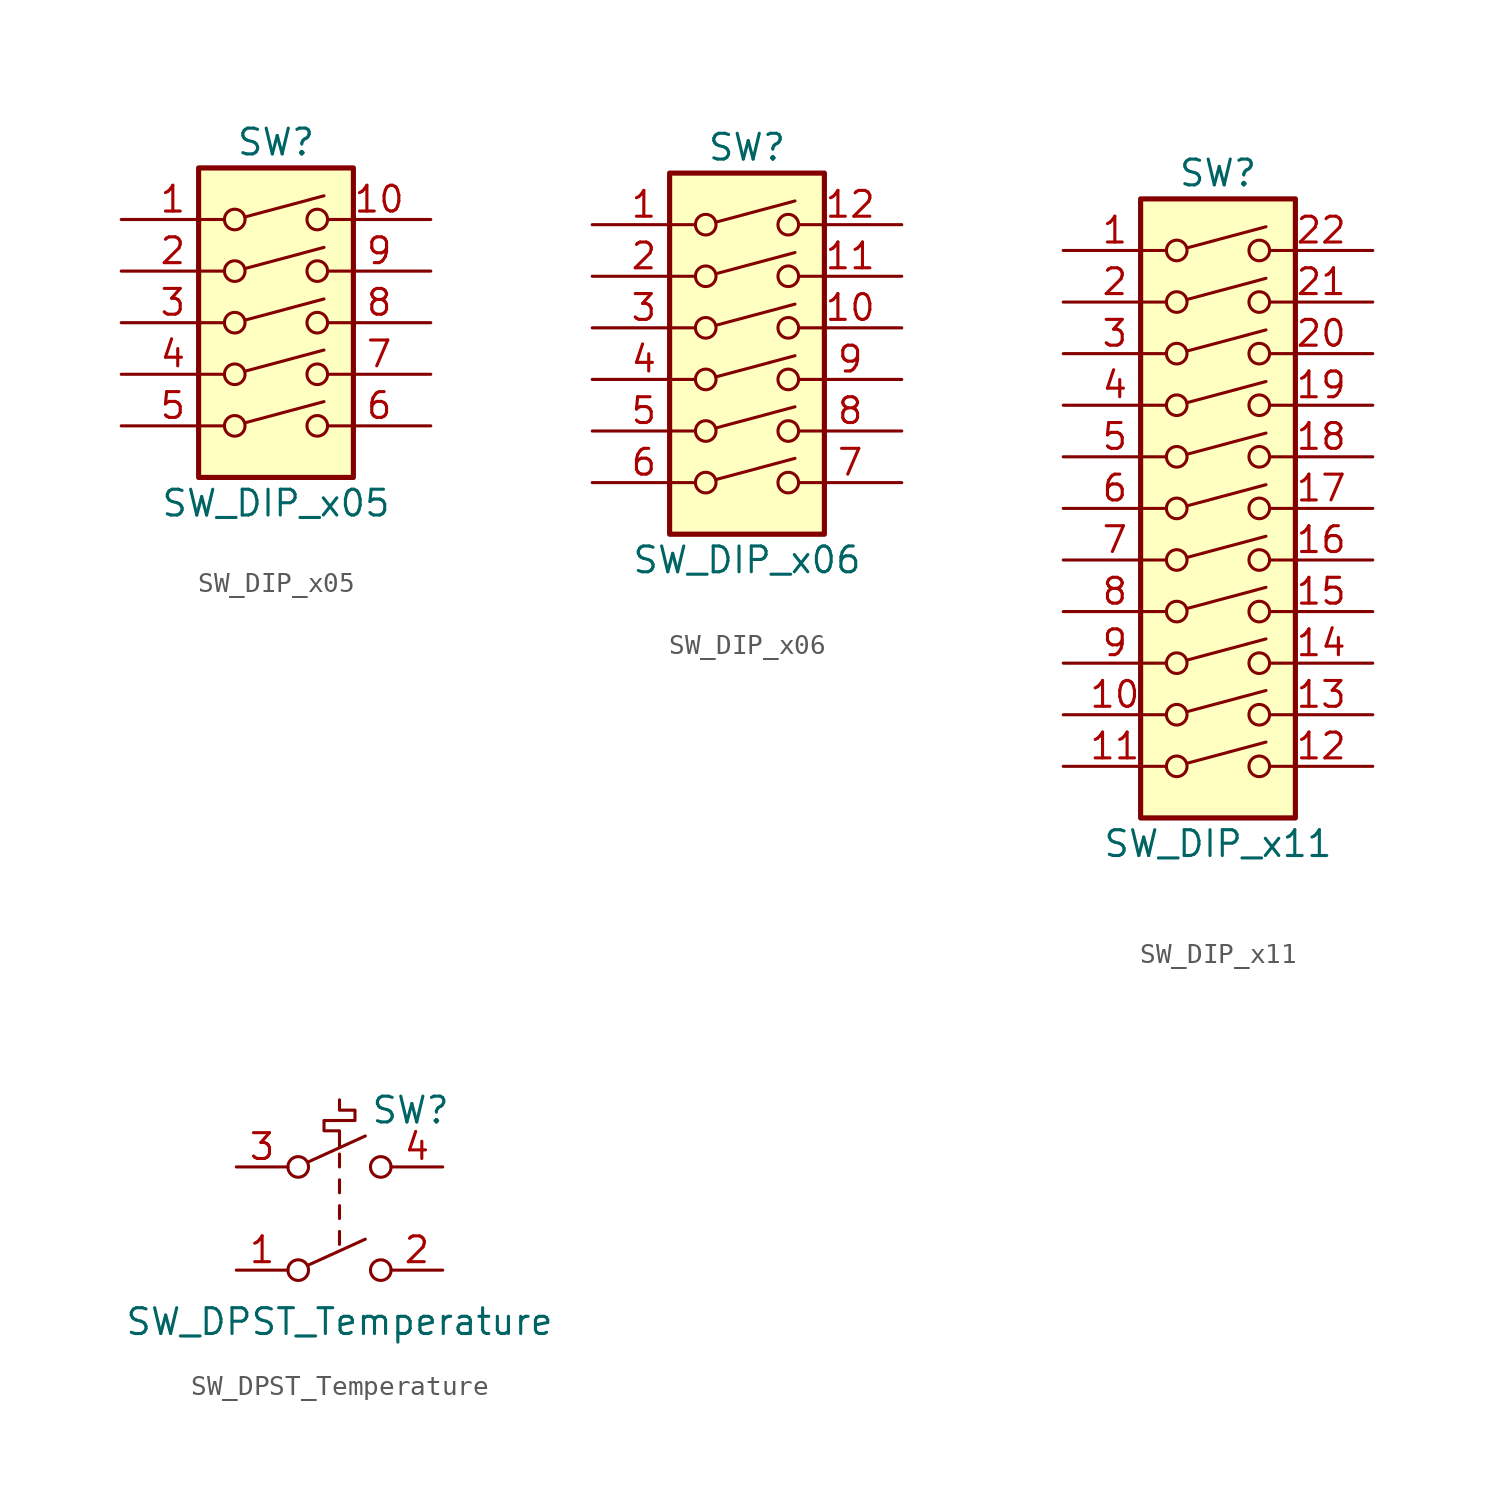
<source format=kicad_sym>
(kicad_symbol_lib
  (version 20220914)
  (generator kicad_symbol_editor)
  (symbol "SW_DIP_x05"
    (pin_names
      (offset 0) hide)
    (property "Reference" "SW"
      (at 0 8.89 0)
      (effects (font (size 1.27 1.27))))
    (property "Value" "SW_DIP_x05"
      (at 0 -8.89 0)
      (effects (font (size 1.27 1.27))))
    (symbol "SW_DIP_x05_0_0"
      (circle (center -2.032 -5.08) (radius 0.508) (stroke (width 0) (type default)) (fill (type none)))
      (circle (center -2.032 -2.54) (radius 0.508) (stroke (width 0) (type default)) (fill (type none)))
      (circle (center -2.032 0) (radius 0.508) (stroke (width 0) (type default)) (fill (type none)))
      (circle (center -2.032 2.54) (radius 0.508) (stroke (width 0) (type default)) (fill (type none)))
      (circle (center -2.032 5.08) (radius 0.508) (stroke (width 0) (type default)) (fill (type none)))
      (polyline (pts (xy -1.524 -4.928) (xy 2.362 -3.886)) (stroke (width 0) (type default)) (fill (type none)))
      (polyline (pts (xy -1.524 -2.388) (xy 2.362 -1.346)) (stroke (width 0) (type default)) (fill (type none)))
      (polyline (pts (xy -1.524 0.127) (xy 2.362 1.168)) (stroke (width 0) (type default)) (fill (type none)))
      (polyline (pts (xy -1.524 2.667) (xy 2.362 3.708)) (stroke (width 0) (type default)) (fill (type none)))
      (polyline (pts (xy -1.524 5.207) (xy 2.362 6.248)) (stroke (width 0) (type default)) (fill (type none)))
      (circle (center 2.032 -5.08) (radius 0.508) (stroke (width 0) (type default)) (fill (type none)))
      (circle (center 2.032 -2.54) (radius 0.508) (stroke (width 0) (type default)) (fill (type none)))
      (circle (center 2.032 0) (radius 0.508) (stroke (width 0) (type default)) (fill (type none)))
      (circle (center 2.032 2.54) (radius 0.508) (stroke (width 0) (type default)) (fill (type none)))
      (circle (center 2.032 5.08) (radius 0.508) (stroke (width 0) (type default)) (fill (type none))))
    (symbol "SW_DIP_x05_0_1"
      (rectangle (start -3.81 7.62) (end 3.81 -7.62) (stroke (width 0.254) (type default)) (fill (type background))))
    (symbol "SW_DIP_x05_1_1"
      (pin passive line (at -7.62 5.08 0) (length 5.08) (name "~" (effects (font (size 1.27 1.27)))) (number "1" (effects (font (size 1.27 1.27)))))
      (pin passive line (at 7.62 5.08 180) (length 5.08) (name "~" (effects (font (size 1.27 1.27)))) (number "10" (effects (font (size 1.27 1.27)))))
      (pin passive line (at -7.62 2.54 0) (length 5.08) (name "~" (effects (font (size 1.27 1.27)))) (number "2" (effects (font (size 1.27 1.27)))))
      (pin passive line (at -7.62 0 0) (length 5.08) (name "~" (effects (font (size 1.27 1.27)))) (number "3" (effects (font (size 1.27 1.27)))))
      (pin passive line (at -7.62 -2.54 0) (length 5.08) (name "~" (effects (font (size 1.27 1.27)))) (number "4" (effects (font (size 1.27 1.27)))))
      (pin passive line (at -7.62 -5.08 0) (length 5.08) (name "~" (effects (font (size 1.27 1.27)))) (number "5" (effects (font (size 1.27 1.27)))))
      (pin passive line (at 7.62 -5.08 180) (length 5.08) (name "~" (effects (font (size 1.27 1.27)))) (number "6" (effects (font (size 1.27 1.27)))))
      (pin passive line (at 7.62 -2.54 180) (length 5.08) (name "~" (effects (font (size 1.27 1.27)))) (number "7" (effects (font (size 1.27 1.27)))))
      (pin passive line (at 7.62 0 180) (length 5.08) (name "~" (effects (font (size 1.27 1.27)))) (number "8" (effects (font (size 1.27 1.27)))))
      (pin passive line (at 7.62 2.54 180) (length 5.08) (name "~" (effects (font (size 1.27 1.27)))) (number "9" (effects (font (size 1.27 1.27)))))))
  (symbol "SW_DIP_x06"
    (pin_names
      (offset 0) hide)
    (property "Reference" "SW"
      (at 0 11.43 0)
      (effects (font (size 1.27 1.27))))
    (property "Value" "SW_DIP_x06"
      (at 0 -8.89 0)
      (effects (font (size 1.27 1.27))))
    (symbol "SW_DIP_x06_0_0"
      (circle (center -2.032 -5.08) (radius 0.508) (stroke (width 0) (type default)) (fill (type none)))
      (circle (center -2.032 -2.54) (radius 0.508) (stroke (width 0) (type default)) (fill (type none)))
      (circle (center -2.032 0) (radius 0.508) (stroke (width 0) (type default)) (fill (type none)))
      (circle (center -2.032 2.54) (radius 0.508) (stroke (width 0) (type default)) (fill (type none)))
      (circle (center -2.032 5.08) (radius 0.508) (stroke (width 0) (type default)) (fill (type none)))
      (circle (center -2.032 7.62) (radius 0.508) (stroke (width 0) (type default)) (fill (type none)))
      (polyline (pts (xy -1.524 -4.928) (xy 2.362 -3.886)) (stroke (width 0) (type default)) (fill (type none)))
      (polyline (pts (xy -1.524 -2.388) (xy 2.362 -1.346)) (stroke (width 0) (type default)) (fill (type none)))
      (polyline (pts (xy -1.524 0.127) (xy 2.362 1.168)) (stroke (width 0) (type default)) (fill (type none)))
      (polyline (pts (xy -1.524 2.667) (xy 2.362 3.708)) (stroke (width 0) (type default)) (fill (type none)))
      (polyline (pts (xy -1.524 5.207) (xy 2.362 6.248)) (stroke (width 0) (type default)) (fill (type none)))
      (polyline (pts (xy -1.524 7.747) (xy 2.362 8.788)) (stroke (width 0) (type default)) (fill (type none)))
      (circle (center 2.032 -5.08) (radius 0.508) (stroke (width 0) (type default)) (fill (type none)))
      (circle (center 2.032 -2.54) (radius 0.508) (stroke (width 0) (type default)) (fill (type none)))
      (circle (center 2.032 0) (radius 0.508) (stroke (width 0) (type default)) (fill (type none)))
      (circle (center 2.032 2.54) (radius 0.508) (stroke (width 0) (type default)) (fill (type none)))
      (circle (center 2.032 5.08) (radius 0.508) (stroke (width 0) (type default)) (fill (type none)))
      (circle (center 2.032 7.62) (radius 0.508) (stroke (width 0) (type default)) (fill (type none))))
    (symbol "SW_DIP_x06_0_1"
      (rectangle (start -3.81 10.16) (end 3.81 -7.62) (stroke (width 0.254) (type default)) (fill (type background))))
    (symbol "SW_DIP_x06_1_1"
      (pin passive line (at -7.62 7.62 0) (length 5.08) (name "~" (effects (font (size 1.27 1.27)))) (number "1" (effects (font (size 1.27 1.27)))))
      (pin passive line (at 7.62 2.54 180) (length 5.08) (name "~" (effects (font (size 1.27 1.27)))) (number "10" (effects (font (size 1.27 1.27)))))
      (pin passive line (at 7.62 5.08 180) (length 5.08) (name "~" (effects (font (size 1.27 1.27)))) (number "11" (effects (font (size 1.27 1.27)))))
      (pin passive line (at 7.62 7.62 180) (length 5.08) (name "~" (effects (font (size 1.27 1.27)))) (number "12" (effects (font (size 1.27 1.27)))))
      (pin passive line (at -7.62 5.08 0) (length 5.08) (name "~" (effects (font (size 1.27 1.27)))) (number "2" (effects (font (size 1.27 1.27)))))
      (pin passive line (at -7.62 2.54 0) (length 5.08) (name "~" (effects (font (size 1.27 1.27)))) (number "3" (effects (font (size 1.27 1.27)))))
      (pin passive line (at -7.62 0 0) (length 5.08) (name "~" (effects (font (size 1.27 1.27)))) (number "4" (effects (font (size 1.27 1.27)))))
      (pin passive line (at -7.62 -2.54 0) (length 5.08) (name "~" (effects (font (size 1.27 1.27)))) (number "5" (effects (font (size 1.27 1.27)))))
      (pin passive line (at -7.62 -5.08 0) (length 5.08) (name "~" (effects (font (size 1.27 1.27)))) (number "6" (effects (font (size 1.27 1.27)))))
      (pin passive line (at 7.62 -5.08 180) (length 5.08) (name "~" (effects (font (size 1.27 1.27)))) (number "7" (effects (font (size 1.27 1.27)))))
      (pin passive line (at 7.62 -2.54 180) (length 5.08) (name "~" (effects (font (size 1.27 1.27)))) (number "8" (effects (font (size 1.27 1.27)))))
      (pin passive line (at 7.62 0 180) (length 5.08) (name "~" (effects (font (size 1.27 1.27)))) (number "9" (effects (font (size 1.27 1.27)))))))
  (symbol "SW_DIP_x11"
    (pin_names
      (offset 0) hide)
    (property "Reference" "SW"
      (at 0 19.05 0)
      (effects (font (size 1.27 1.27))))
    (property "Value" "SW_DIP_x11"
      (at 0 -13.97 0)
      (effects (font (size 1.27 1.27))))
    (symbol "SW_DIP_x11_0_0"
      (circle (center -2.032 -10.16) (radius 0.508) (stroke (width 0) (type default)) (fill (type none)))
      (circle (center -2.032 -7.62) (radius 0.508) (stroke (width 0) (type default)) (fill (type none)))
      (circle (center -2.032 -5.08) (radius 0.508) (stroke (width 0) (type default)) (fill (type none)))
      (circle (center -2.032 -2.54) (radius 0.508) (stroke (width 0) (type default)) (fill (type none)))
      (circle (center -2.032 0) (radius 0.508) (stroke (width 0) (type default)) (fill (type none)))
      (circle (center -2.032 2.54) (radius 0.508) (stroke (width 0) (type default)) (fill (type none)))
      (circle (center -2.032 5.08) (radius 0.508) (stroke (width 0) (type default)) (fill (type none)))
      (circle (center -2.032 7.62) (radius 0.508) (stroke (width 0) (type default)) (fill (type none)))
      (circle (center -2.032 10.16) (radius 0.508) (stroke (width 0) (type default)) (fill (type none)))
      (circle (center -2.032 12.7) (radius 0.508) (stroke (width 0) (type default)) (fill (type none)))
      (circle (center -2.032 15.24) (radius 0.508) (stroke (width 0) (type default)) (fill (type none)))
      (polyline (pts (xy -1.524 -10.008) (xy 2.362 -8.966)) (stroke (width 0) (type default)) (fill (type none)))
      (polyline (pts (xy -1.524 -7.468) (xy 2.362 -6.426)) (stroke (width 0) (type default)) (fill (type none)))
      (polyline (pts (xy -1.524 -4.928) (xy 2.362 -3.886)) (stroke (width 0) (type default)) (fill (type none)))
      (polyline (pts (xy -1.524 -2.388) (xy 2.362 -1.346)) (stroke (width 0) (type default)) (fill (type none)))
      (polyline (pts (xy -1.524 0.127) (xy 2.362 1.168)) (stroke (width 0) (type default)) (fill (type none)))
      (polyline (pts (xy -1.524 2.667) (xy 2.362 3.708)) (stroke (width 0) (type default)) (fill (type none)))
      (polyline (pts (xy -1.524 5.207) (xy 2.362 6.248)) (stroke (width 0) (type default)) (fill (type none)))
      (polyline (pts (xy -1.524 7.747) (xy 2.362 8.788)) (stroke (width 0) (type default)) (fill (type none)))
      (polyline (pts (xy -1.524 10.287) (xy 2.362 11.328)) (stroke (width 0) (type default)) (fill (type none)))
      (polyline (pts (xy -1.524 12.827) (xy 2.362 13.868)) (stroke (width 0) (type default)) (fill (type none)))
      (polyline (pts (xy -1.524 15.367) (xy 2.362 16.408)) (stroke (width 0) (type default)) (fill (type none)))
      (circle (center 2.032 -10.16) (radius 0.508) (stroke (width 0) (type default)) (fill (type none)))
      (circle (center 2.032 -7.62) (radius 0.508) (stroke (width 0) (type default)) (fill (type none)))
      (circle (center 2.032 -5.08) (radius 0.508) (stroke (width 0) (type default)) (fill (type none)))
      (circle (center 2.032 -2.54) (radius 0.508) (stroke (width 0) (type default)) (fill (type none)))
      (circle (center 2.032 0) (radius 0.508) (stroke (width 0) (type default)) (fill (type none)))
      (circle (center 2.032 2.54) (radius 0.508) (stroke (width 0) (type default)) (fill (type none)))
      (circle (center 2.032 5.08) (radius 0.508) (stroke (width 0) (type default)) (fill (type none)))
      (circle (center 2.032 7.62) (radius 0.508) (stroke (width 0) (type default)) (fill (type none)))
      (circle (center 2.032 10.16) (radius 0.508) (stroke (width 0) (type default)) (fill (type none)))
      (circle (center 2.032 12.7) (radius 0.508) (stroke (width 0) (type default)) (fill (type none)))
      (circle (center 2.032 15.24) (radius 0.508) (stroke (width 0) (type default)) (fill (type none))))
    (symbol "SW_DIP_x11_0_1"
      (rectangle (start -3.81 17.78) (end 3.81 -12.7) (stroke (width 0.254) (type default)) (fill (type background))))
    (symbol "SW_DIP_x11_1_1"
      (pin passive line (at -7.62 15.24 0) (length 5.08) (name "~" (effects (font (size 1.27 1.27)))) (number "1" (effects (font (size 1.27 1.27)))))
      (pin passive line (at -7.62 -7.62 0) (length 5.08) (name "~" (effects (font (size 1.27 1.27)))) (number "10" (effects (font (size 1.27 1.27)))))
      (pin passive line (at -7.62 -10.16 0) (length 5.08) (name "~" (effects (font (size 1.27 1.27)))) (number "11" (effects (font (size 1.27 1.27)))))
      (pin passive line (at 7.62 -10.16 180) (length 5.08) (name "~" (effects (font (size 1.27 1.27)))) (number "12" (effects (font (size 1.27 1.27)))))
      (pin passive line (at 7.62 -7.62 180) (length 5.08) (name "~" (effects (font (size 1.27 1.27)))) (number "13" (effects (font (size 1.27 1.27)))))
      (pin passive line (at 7.62 -5.08 180) (length 5.08) (name "~" (effects (font (size 1.27 1.27)))) (number "14" (effects (font (size 1.27 1.27)))))
      (pin passive line (at 7.62 -2.54 180) (length 5.08) (name "~" (effects (font (size 1.27 1.27)))) (number "15" (effects (font (size 1.27 1.27)))))
      (pin passive line (at 7.62 0 180) (length 5.08) (name "~" (effects (font (size 1.27 1.27)))) (number "16" (effects (font (size 1.27 1.27)))))
      (pin passive line (at 7.62 2.54 180) (length 5.08) (name "~" (effects (font (size 1.27 1.27)))) (number "17" (effects (font (size 1.27 1.27)))))
      (pin passive line (at 7.62 5.08 180) (length 5.08) (name "~" (effects (font (size 1.27 1.27)))) (number "18" (effects (font (size 1.27 1.27)))))
      (pin passive line (at 7.62 7.62 180) (length 5.08) (name "~" (effects (font (size 1.27 1.27)))) (number "19" (effects (font (size 1.27 1.27)))))
      (pin passive line (at -7.62 12.7 0) (length 5.08) (name "~" (effects (font (size 1.27 1.27)))) (number "2" (effects (font (size 1.27 1.27)))))
      (pin passive line (at 7.62 10.16 180) (length 5.08) (name "~" (effects (font (size 1.27 1.27)))) (number "20" (effects (font (size 1.27 1.27)))))
      (pin passive line (at 7.62 12.7 180) (length 5.08) (name "~" (effects (font (size 1.27 1.27)))) (number "21" (effects (font (size 1.27 1.27)))))
      (pin passive line (at 7.62 15.24 180) (length 5.08) (name "~" (effects (font (size 1.27 1.27)))) (number "22" (effects (font (size 1.27 1.27)))))
      (pin passive line (at -7.62 10.16 0) (length 5.08) (name "~" (effects (font (size 1.27 1.27)))) (number "3" (effects (font (size 1.27 1.27)))))
      (pin passive line (at -7.62 7.62 0) (length 5.08) (name "~" (effects (font (size 1.27 1.27)))) (number "4" (effects (font (size 1.27 1.27)))))
      (pin passive line (at -7.62 5.08 0) (length 5.08) (name "~" (effects (font (size 1.27 1.27)))) (number "5" (effects (font (size 1.27 1.27)))))
      (pin passive line (at -7.62 2.54 0) (length 5.08) (name "~" (effects (font (size 1.27 1.27)))) (number "6" (effects (font (size 1.27 1.27)))))
      (pin passive line (at -7.62 0 0) (length 5.08) (name "~" (effects (font (size 1.27 1.27)))) (number "7" (effects (font (size 1.27 1.27)))))
      (pin passive line (at -7.62 -2.54 0) (length 5.08) (name "~" (effects (font (size 1.27 1.27)))) (number "8" (effects (font (size 1.27 1.27)))))
      (pin passive line (at -7.62 -5.08 0) (length 5.08) (name "~" (effects (font (size 1.27 1.27)))) (number "9" (effects (font (size 1.27 1.27)))))))
  (symbol "SW_DPST_Temperature"
    (pin_names
      (offset 0) hide)
    (property "Reference" "SW"
      (at 1.524 5.334 0)
      (effects (font (size 1.27 1.27)) (justify left)))
    (property "Value" "SW_DPST_Temperature"
      (at 0 -5.08 0)
      (effects (font (size 1.27 1.27))))
    (symbol "SW_DPST_Temperature_0_0"
      (circle (center -2.032 -2.54) (radius 0.508) (stroke (width 0) (type default)) (fill (type none)))
      (circle (center -2.032 2.54) (radius 0.508) (stroke (width 0) (type default)) (fill (type none)))
      (polyline (pts (xy -1.524 -2.286) (xy 1.27 -1.016)) (stroke (width 0) (type default)) (fill (type none)))
      (polyline (pts (xy -1.524 2.794) (xy 1.27 4.064)) (stroke (width 0) (type default)) (fill (type none)))
      (polyline (pts (xy 0 -1.27) (xy 0 -0.635)) (stroke (width 0) (type default)) (fill (type none)))
      (polyline (pts (xy 0 0) (xy 0 0.635)) (stroke (width 0) (type default)) (fill (type none)))
      (polyline (pts (xy 0 1.27) (xy 0 1.905)) (stroke (width 0) (type default)) (fill (type none)))
      (polyline (pts (xy 0 2.54) (xy 0 3.175)) (stroke (width 0) (type default)) (fill (type none)))
      (polyline (pts (xy 0 3.556) (xy 0 4.318) (xy -0.762 4.318) (xy -0.762 4.826) (xy 0.762 4.826) (xy 0.762 5.334) (xy 0 5.334) (xy 0 5.842)) (stroke (width 0) (type default)) (fill (type none)))
      (circle (center 2.032 -2.54) (radius 0.508) (stroke (width 0) (type default)) (fill (type none)))
      (circle (center 2.032 2.54) (radius 0.508) (stroke (width 0) (type default)) (fill (type none))))
    (symbol "SW_DPST_Temperature_1_1"
      (pin passive line (at -5.08 -2.54 0) (length 2.54) (name "1" (effects (font (size 1.27 1.27)))) (number "1" (effects (font (size 1.27 1.27)))))
      (pin passive line (at 5.08 -2.54 180) (length 2.54) (name "2" (effects (font (size 1.27 1.27)))) (number "2" (effects (font (size 1.27 1.27)))))
      (pin passive line (at -5.08 2.54 0) (length 2.54) (name "3" (effects (font (size 1.27 1.27)))) (number "3" (effects (font (size 1.27 1.27)))))
      (pin passive line (at 5.08 2.54 180) (length 2.54) (name "4" (effects (font (size 1.27 1.27)))) (number "4" (effects (font (size 1.27 1.27))))))))
</source>
